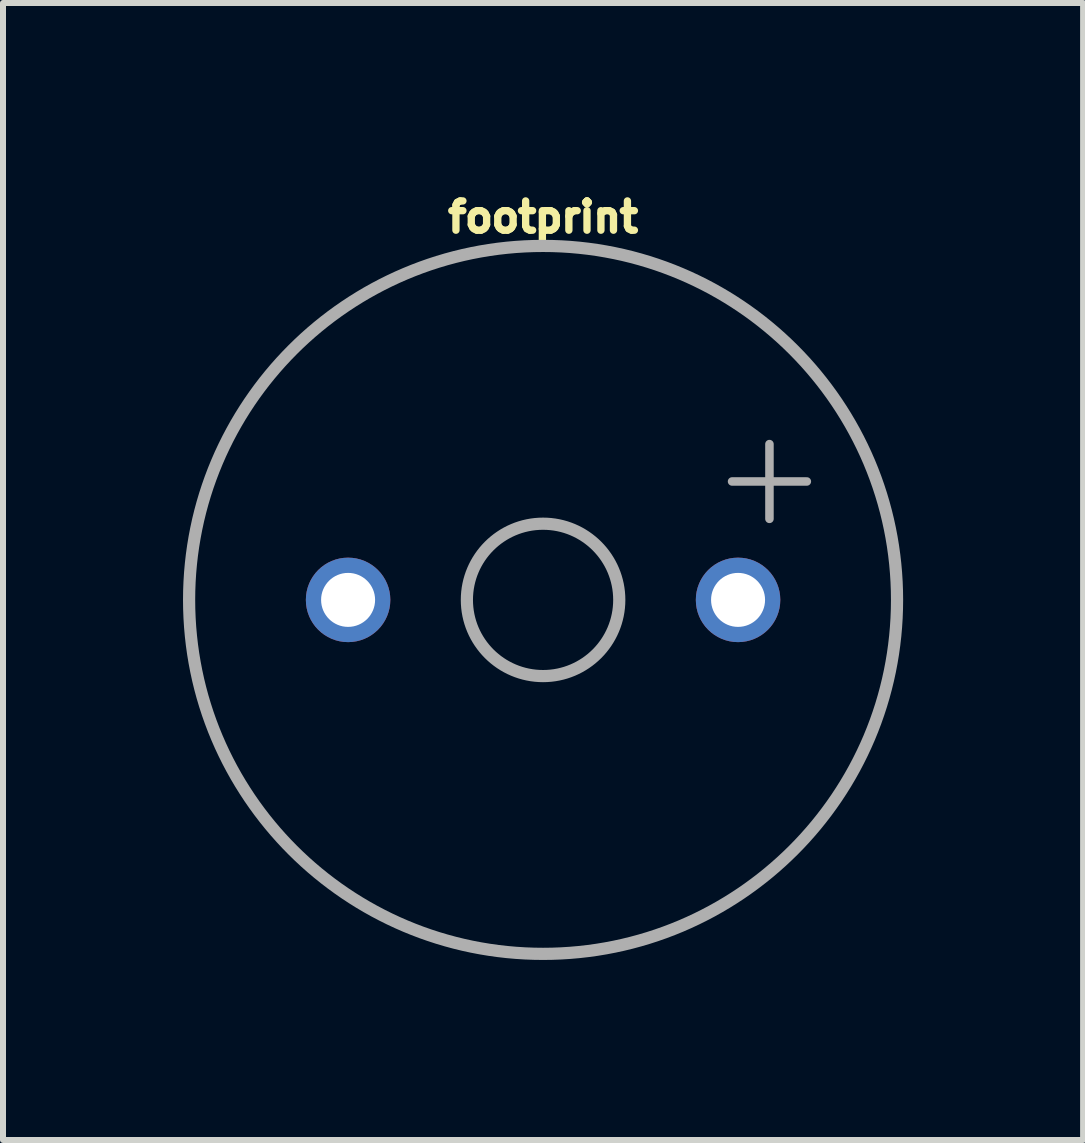
<source format=kicad_pcb>
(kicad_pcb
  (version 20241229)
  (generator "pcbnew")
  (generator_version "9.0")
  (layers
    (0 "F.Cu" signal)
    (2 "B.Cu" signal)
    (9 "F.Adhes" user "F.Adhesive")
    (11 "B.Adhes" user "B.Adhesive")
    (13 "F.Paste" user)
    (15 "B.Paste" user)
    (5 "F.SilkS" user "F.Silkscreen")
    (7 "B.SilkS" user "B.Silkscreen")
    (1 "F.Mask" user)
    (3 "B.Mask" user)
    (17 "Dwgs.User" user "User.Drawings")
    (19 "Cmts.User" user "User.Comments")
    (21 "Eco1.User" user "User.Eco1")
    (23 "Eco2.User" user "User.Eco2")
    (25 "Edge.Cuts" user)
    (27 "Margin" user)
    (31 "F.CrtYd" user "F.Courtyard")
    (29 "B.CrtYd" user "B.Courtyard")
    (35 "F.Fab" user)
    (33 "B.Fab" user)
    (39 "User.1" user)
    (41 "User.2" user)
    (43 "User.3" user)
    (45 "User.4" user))
  (footprint "footprint"
    (layer "F.Cu")
    (at 6.002 6.949)
    (property "Reference" "footprint" (at 0 -6.096 0) (layer "F.SilkS") (effects (font (size 0.488 0.488) (thickness 0.122)) (justify bottom)))
    (fp_circle (center 0 0) (end 1.27 0) (stroke (width 0.203) (type solid)) (fill no) (layer "F.Fab"))
    (fp_circle (center 0 0) (end 5.9 0) (stroke (width 0.203) (type solid)) (fill no) (layer "F.Fab"))
    (fp_text user "+" (at 2.667 -1.143 0) (layer "F.Fab") (effects (font (size 1.636 1.636) (thickness 0.142)) (justify left bottom)))
    (pad "+" thru_hole circle (at 3.25 0) (size 1.408 1.408) (drill 0.9) (layers "*.Cu" "*.Mask"))
    (pad "-" thru_hole circle (at -3.25 0) (size 1.408 1.408) (drill 0.9) (layers "*.Cu" "*.Mask")))
  (gr_rect
    (start -3 -3)
    (end 15.003 15.951)
    (stroke (width 0.1) (type default))
    (fill no)
    (layer "Edge.Cuts")))
</source>
